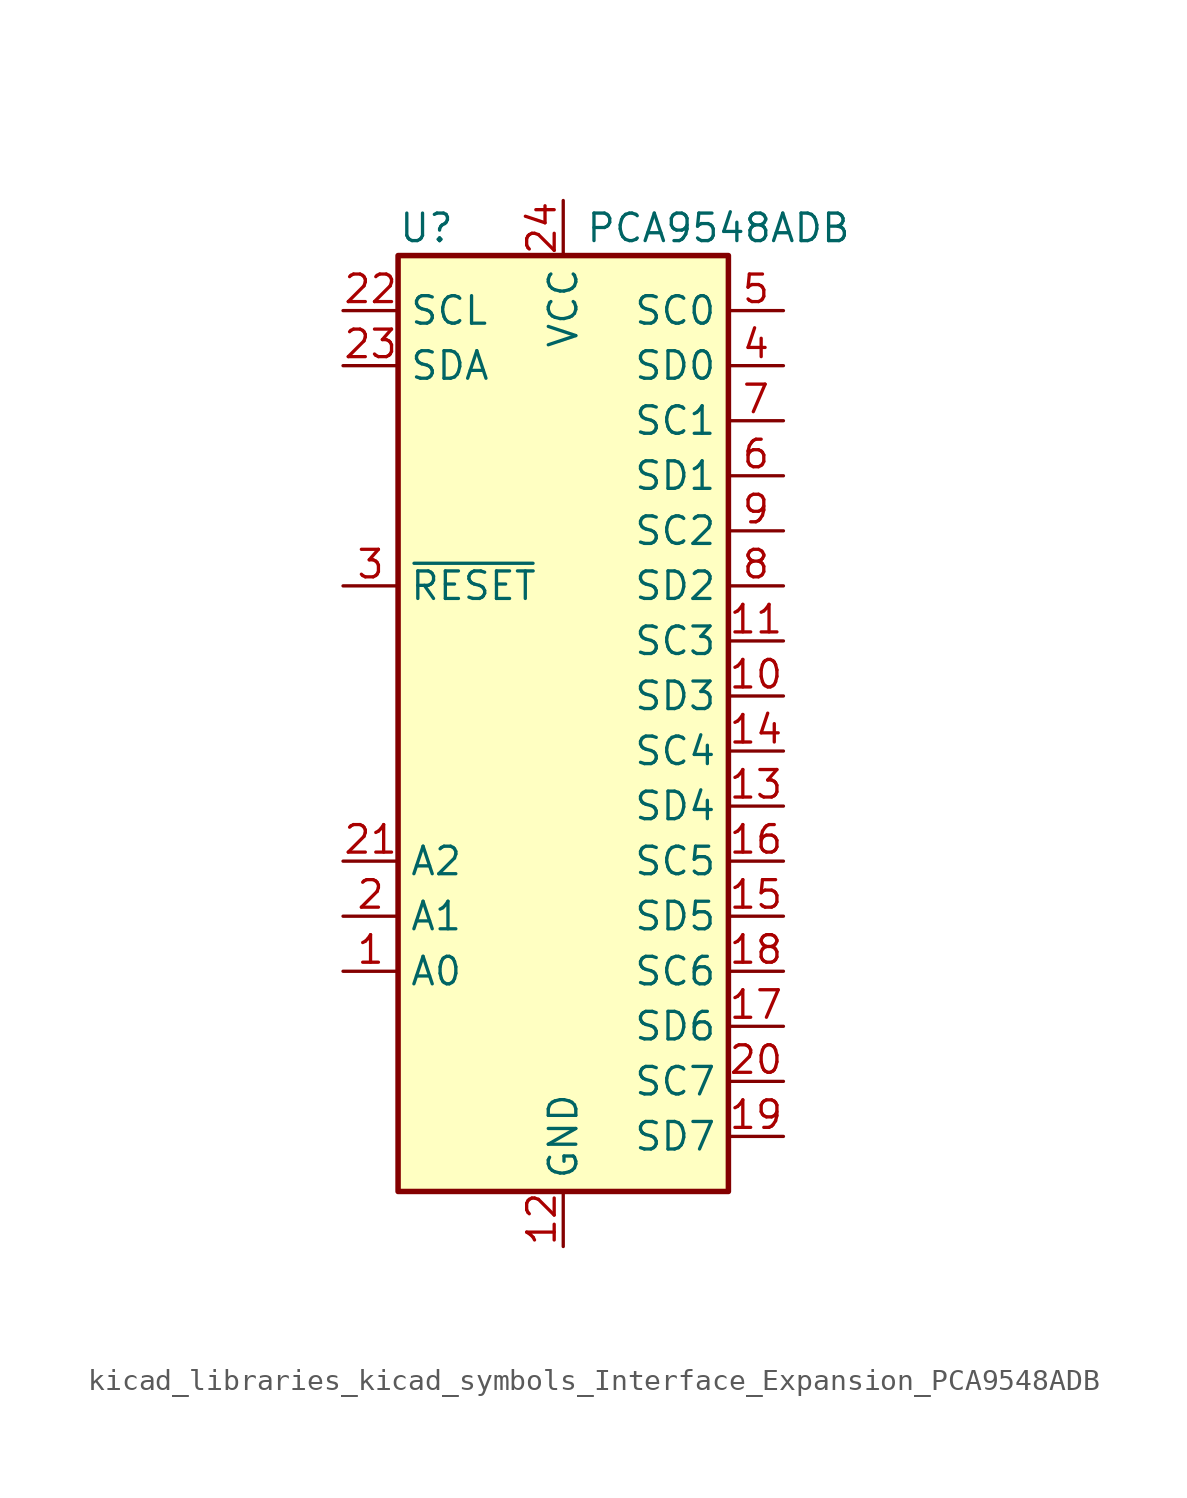
<source format=kicad_sym>
(kicad_symbol_lib
  (version 20220914)
  (generator kicad_symbol_editor)
  (symbol "kicad_libraries_kicad_symbols_Interface_Expansion_PCA9548ADB"
    (property "Reference" "U"
      (at -7.62 21.59 0)
      (effects (font (size 1.27 1.27)) (justify left)))
    (property "Value" "PCA9548ADB"
      (at 1.016 21.59 0)
      (effects (font (size 1.27 1.27)) (justify left)))
    (symbol "kicad_libraries_kicad_symbols_Interface_Expansion_PCA9548ADB_0_1"
      (rectangle (start -7.62 20.32) (end 7.62 -22.86) (stroke (width 0.254) (type default)) (fill (type background))))
    (symbol "kicad_libraries_kicad_symbols_Interface_Expansion_PCA9548ADB_1_1"
      (pin input line (at -10.16 -12.7 0) (length 2.54) (name "A0" (effects (font (size 1.27 1.27)))) (number "1" (effects (font (size 1.27 1.27)))))
      (pin bidirectional line (at 10.16 0 180) (length 2.54) (name "SD3" (effects (font (size 1.27 1.27)))) (number "10" (effects (font (size 1.27 1.27)))))
      (pin output line (at 10.16 2.54 180) (length 2.54) (name "SC3" (effects (font (size 1.27 1.27)))) (number "11" (effects (font (size 1.27 1.27)))))
      (pin power_in line (at 0 -25.4 90) (length 2.54) (name "GND" (effects (font (size 1.27 1.27)))) (number "12" (effects (font (size 1.27 1.27)))))
      (pin bidirectional line (at 10.16 -5.08 180) (length 2.54) (name "SD4" (effects (font (size 1.27 1.27)))) (number "13" (effects (font (size 1.27 1.27)))))
      (pin output line (at 10.16 -2.54 180) (length 2.54) (name "SC4" (effects (font (size 1.27 1.27)))) (number "14" (effects (font (size 1.27 1.27)))))
      (pin bidirectional line (at 10.16 -10.16 180) (length 2.54) (name "SD5" (effects (font (size 1.27 1.27)))) (number "15" (effects (font (size 1.27 1.27)))))
      (pin output line (at 10.16 -7.62 180) (length 2.54) (name "SC5" (effects (font (size 1.27 1.27)))) (number "16" (effects (font (size 1.27 1.27)))))
      (pin bidirectional line (at 10.16 -15.24 180) (length 2.54) (name "SD6" (effects (font (size 1.27 1.27)))) (number "17" (effects (font (size 1.27 1.27)))))
      (pin output line (at 10.16 -12.7 180) (length 2.54) (name "SC6" (effects (font (size 1.27 1.27)))) (number "18" (effects (font (size 1.27 1.27)))))
      (pin bidirectional line (at 10.16 -20.32 180) (length 2.54) (name "SD7" (effects (font (size 1.27 1.27)))) (number "19" (effects (font (size 1.27 1.27)))))
      (pin input line (at -10.16 -10.16 0) (length 2.54) (name "A1" (effects (font (size 1.27 1.27)))) (number "2" (effects (font (size 1.27 1.27)))))
      (pin output line (at 10.16 -17.78 180) (length 2.54) (name "SC7" (effects (font (size 1.27 1.27)))) (number "20" (effects (font (size 1.27 1.27)))))
      (pin input line (at -10.16 -7.62 0) (length 2.54) (name "A2" (effects (font (size 1.27 1.27)))) (number "21" (effects (font (size 1.27 1.27)))))
      (pin input line (at -10.16 17.78 0) (length 2.54) (name "SCL" (effects (font (size 1.27 1.27)))) (number "22" (effects (font (size 1.27 1.27)))))
      (pin bidirectional line (at -10.16 15.24 0) (length 2.54) (name "SDA" (effects (font (size 1.27 1.27)))) (number "23" (effects (font (size 1.27 1.27)))))
      (pin power_in line (at 0 22.86 270) (length 2.54) (name "VCC" (effects (font (size 1.27 1.27)))) (number "24" (effects (font (size 1.27 1.27)))))
      (pin input line (at -10.16 5.08 0) (length 2.54) (name "~{RESET}" (effects (font (size 1.27 1.27)))) (number "3" (effects (font (size 1.27 1.27)))))
      (pin bidirectional line (at 10.16 15.24 180) (length 2.54) (name "SD0" (effects (font (size 1.27 1.27)))) (number "4" (effects (font (size 1.27 1.27)))))
      (pin output line (at 10.16 17.78 180) (length 2.54) (name "SC0" (effects (font (size 1.27 1.27)))) (number "5" (effects (font (size 1.27 1.27)))))
      (pin bidirectional line (at 10.16 10.16 180) (length 2.54) (name "SD1" (effects (font (size 1.27 1.27)))) (number "6" (effects (font (size 1.27 1.27)))))
      (pin output line (at 10.16 12.7 180) (length 2.54) (name "SC1" (effects (font (size 1.27 1.27)))) (number "7" (effects (font (size 1.27 1.27)))))
      (pin bidirectional line (at 10.16 5.08 180) (length 2.54) (name "SD2" (effects (font (size 1.27 1.27)))) (number "8" (effects (font (size 1.27 1.27)))))
      (pin output line (at 10.16 7.62 180) (length 2.54) (name "SC2" (effects (font (size 1.27 1.27)))) (number "9" (effects (font (size 1.27 1.27))))))))
</source>
